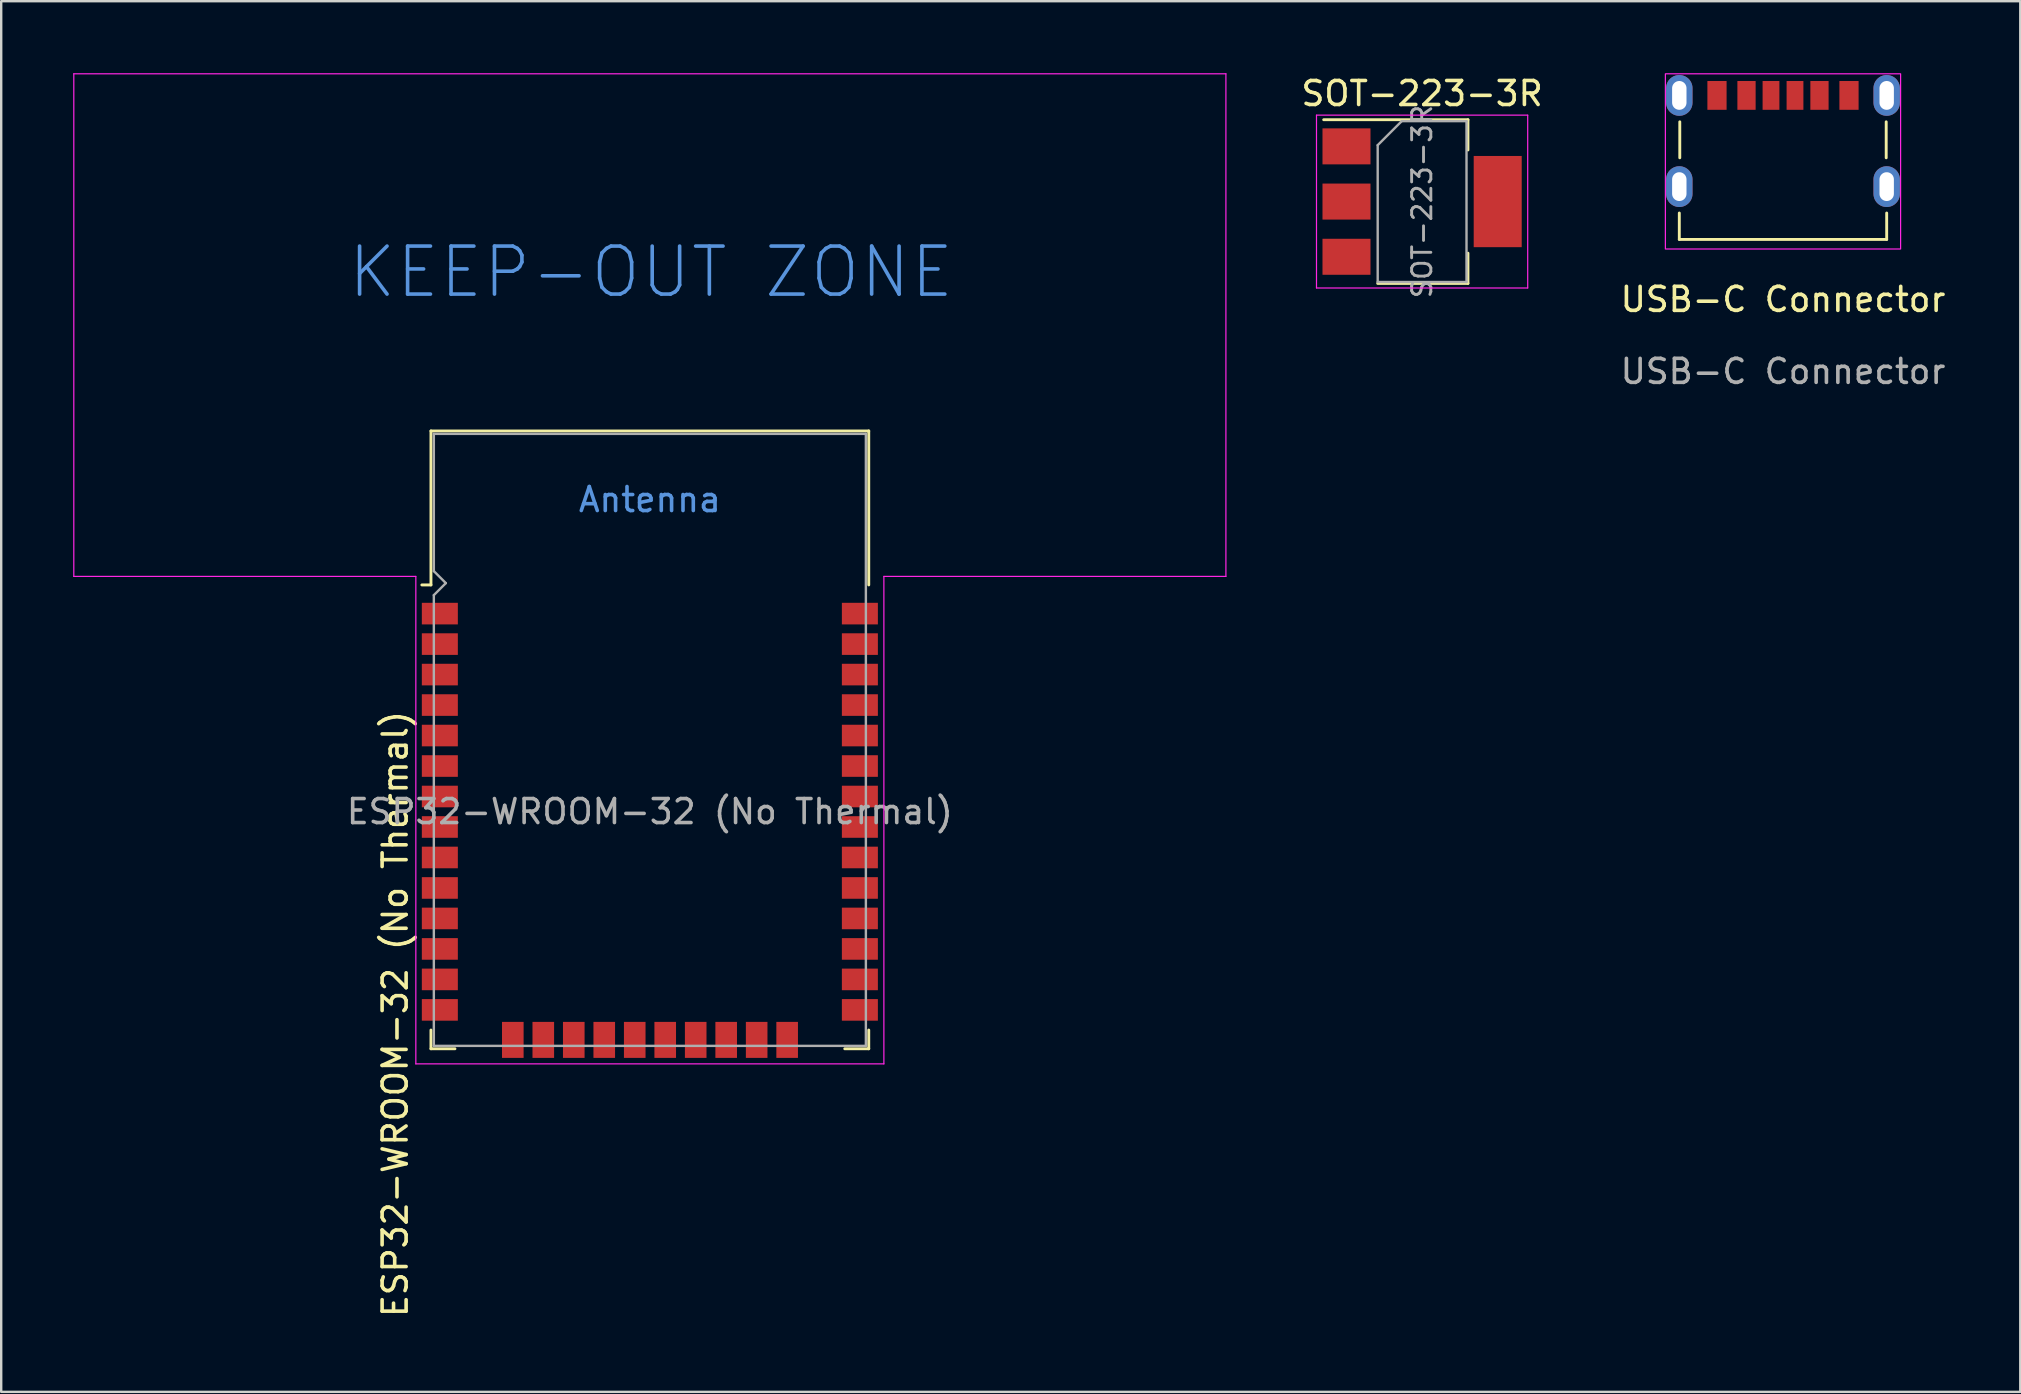
<source format=kicad_pcb>
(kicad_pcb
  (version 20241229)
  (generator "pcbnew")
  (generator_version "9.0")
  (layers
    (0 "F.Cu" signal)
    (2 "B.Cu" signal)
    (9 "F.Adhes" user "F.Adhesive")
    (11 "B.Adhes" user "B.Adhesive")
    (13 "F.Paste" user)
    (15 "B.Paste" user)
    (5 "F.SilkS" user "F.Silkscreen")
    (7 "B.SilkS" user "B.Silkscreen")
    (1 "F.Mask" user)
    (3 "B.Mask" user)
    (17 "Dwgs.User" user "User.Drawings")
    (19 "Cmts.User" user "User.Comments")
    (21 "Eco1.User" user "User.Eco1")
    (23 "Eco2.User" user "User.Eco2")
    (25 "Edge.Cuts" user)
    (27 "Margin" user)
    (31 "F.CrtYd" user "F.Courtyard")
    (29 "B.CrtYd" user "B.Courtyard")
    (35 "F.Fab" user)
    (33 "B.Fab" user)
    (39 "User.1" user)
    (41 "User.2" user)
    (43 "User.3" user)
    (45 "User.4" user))
  (footprint "SOT-223-3R"
    (layer "F.Cu")
    (at 56.199 5.348)
    (property "Reference" "SOT-223-3R" (at 0 -4.5 0) (layer "F.SilkS") (effects (font (size 1 1) (thickness 0.15))))
    (attr smd)
    (fp_line (start -4.1 -3.41) (end 1.91 -3.41) (stroke (width 0.12) (type solid)) (layer "F.SilkS"))
    (fp_line (start -1.85 3.41) (end 1.91 3.41) (stroke (width 0.12) (type solid)) (layer "F.SilkS"))
    (fp_line (start 1.91 -3.41) (end 1.91 -2.15) (stroke (width 0.12) (type solid)) (layer "F.SilkS"))
    (fp_line (start 1.91 3.41) (end 1.91 2.15) (stroke (width 0.12) (type solid)) (layer "F.SilkS"))
    (fp_line (start -4.4 -3.6) (end -4.4 3.6) (stroke (width 0.05) (type solid)) (layer "F.CrtYd"))
    (fp_line (start -4.4 3.6) (end 4.4 3.6) (stroke (width 0.05) (type solid)) (layer "F.CrtYd"))
    (fp_line (start 4.4 -3.6) (end -4.4 -3.6) (stroke (width 0.05) (type solid)) (layer "F.CrtYd"))
    (fp_line (start 4.4 3.6) (end 4.4 -3.6) (stroke (width 0.05) (type solid)) (layer "F.CrtYd"))
    (fp_line (start -1.85 -2.35) (end -1.85 3.35) (stroke (width 0.1) (type solid)) (layer "F.Fab"))
    (fp_line (start -1.85 -2.35) (end -0.85 -3.35) (stroke (width 0.1) (type solid)) (layer "F.Fab"))
    (fp_line (start -1.85 3.35) (end 1.85 3.35) (stroke (width 0.1) (type solid)) (layer "F.Fab"))
    (fp_line (start -0.85 -3.35) (end 1.85 -3.35) (stroke (width 0.1) (type solid)) (layer "F.Fab"))
    (fp_line (start 1.85 -3.35) (end 1.85 3.35) (stroke (width 0.1) (type solid)) (layer "F.Fab"))
    (fp_text user "${REFERENCE}" (at 0 0 90) (layer "F.Fab") (effects (font (size 0.8 0.8) (thickness 0.12))))
    (pad "1" smd rect (at -3.15 -2.3) (size 2 1.5) (layers "F.Cu" "F.Mask" "F.Paste"))
    (pad "2" smd rect (at -3.15 0) (size 2 1.5) (layers "F.Cu" "F.Mask" "F.Paste"))
    (pad "2" smd rect (at 3.15 0) (size 2 3.8) (layers "F.Cu" "F.Mask" "F.Paste"))
    (pad "3" smd rect (at -3.15 2.3) (size 2 1.5) (layers "F.Cu" "F.Mask" "F.Paste")))
  (footprint "ESP32-WROOM-32 (No Thermal)"
    (layer "F.Cu")
    (at 24.025 30.765)
    (property "Reference" "ESP32-WROOM-32 (No Thermal)" (at -10.61 8.43 90) (layer "F.SilkS") (effects (font (size 1 1) (thickness 0.15))))
    (attr smd)
    (fp_line (start -9.12 -15.86) (end -9.12 -9.445) (stroke (width 0.12) (type solid)) (layer "F.SilkS"))
    (fp_line (start -9.12 -15.86) (end 9.12 -15.86) (stroke (width 0.12) (type solid)) (layer "F.SilkS"))
    (fp_line (start -9.12 -9.445) (end -9.5 -9.445) (stroke (width 0.12) (type solid)) (layer "F.SilkS"))
    (fp_line (start -9.12 9.1) (end -9.12 9.88) (stroke (width 0.12) (type solid)) (layer "F.SilkS"))
    (fp_line (start -9.12 9.88) (end -8.12 9.88) (stroke (width 0.12) (type solid)) (layer "F.SilkS"))
    (fp_line (start 9.12 -15.86) (end 9.12 -9.445) (stroke (width 0.12) (type solid)) (layer "F.SilkS"))
    (fp_line (start 9.12 9.1) (end 9.12 9.88) (stroke (width 0.12) (type solid)) (layer "F.SilkS"))
    (fp_line (start 9.12 9.88) (end 8.12 9.88) (stroke (width 0.12) (type solid)) (layer "F.SilkS"))
    (fp_line (start -24 -30.74) (end -24 -9.8) (stroke (width 0.05) (type solid)) (layer "F.CrtYd"))
    (fp_line (start -24 -9.8) (end -9.75 -9.8) (stroke (width 0.05) (type solid)) (layer "F.CrtYd"))
    (fp_line (start -9.75 10.51) (end -9.75 -9.8) (stroke (width 0.05) (type solid)) (layer "F.CrtYd"))
    (fp_line (start -9.75 10.51) (end 9.75 10.51) (stroke (width 0.05) (type solid)) (layer "F.CrtYd"))
    (fp_line (start 9.75 -9.8) (end 9.75 10.51) (stroke (width 0.05) (type solid)) (layer "F.CrtYd"))
    (fp_line (start 9.75 -9.8) (end 24 -9.8) (stroke (width 0.05) (type solid)) (layer "F.CrtYd"))
    (fp_line (start 24 -30.74) (end -24 -30.74) (stroke (width 0.05) (type solid)) (layer "F.CrtYd"))
    (fp_line (start 24 -9.8) (end 24 -30.74) (stroke (width 0.05) (type solid)) (layer "F.CrtYd"))
    (fp_line (start -9 -15.74) (end -9 -10.02) (stroke (width 0.1) (type solid)) (layer "F.Fab"))
    (fp_line (start -9 -15.74) (end 9 -15.74) (stroke (width 0.1) (type solid)) (layer "F.Fab"))
    (fp_line (start -9 -9.02) (end -9 9.76) (stroke (width 0.1) (type solid)) (layer "F.Fab"))
    (fp_line (start -9 -9.02) (end -8.5 -9.52) (stroke (width 0.1) (type solid)) (layer "F.Fab"))
    (fp_line (start -9 9.76) (end 9 9.76) (stroke (width 0.1) (type solid)) (layer "F.Fab"))
    (fp_line (start -8.5 -9.52) (end -9 -10.02) (stroke (width 0.1) (type solid)) (layer "F.Fab"))
    (fp_line (start 9 9.76) (end 9 -15.74) (stroke (width 0.1) (type solid)) (layer "F.Fab"))
    (fp_text user "KEEP-OUT ZONE" (at 0.05 -22.48 0) (layer "Cmts.User") (effects (font (size 2 2) (thickness 0.15))))
    (fp_text user "Antenna" (at 0 -13 0) (layer "Cmts.User") (effects (font (size 1 1) (thickness 0.15))))
    (fp_text user "${REFERENCE}" (at 0 0 0) (layer "F.Fab") (effects (font (size 1 1) (thickness 0.15))))
    (pad "1" smd rect (at -8.75 -8.25) (size 1.5 0.9) (layers "F.Cu" "F.Mask" "F.Paste"))
    (pad "2" smd rect (at -8.75 -6.98) (size 1.5 0.9) (layers "F.Cu" "F.Mask" "F.Paste"))
    (pad "3" smd rect (at -8.75 -5.71) (size 1.5 0.9) (layers "F.Cu" "F.Mask" "F.Paste"))
    (pad "4" smd rect (at -8.75 -4.44) (size 1.5 0.9) (layers "F.Cu" "F.Mask" "F.Paste"))
    (pad "5" smd rect (at -8.75 -3.17) (size 1.5 0.9) (layers "F.Cu" "F.Mask" "F.Paste"))
    (pad "6" smd rect (at -8.75 -1.9) (size 1.5 0.9) (layers "F.Cu" "F.Mask" "F.Paste"))
    (pad "7" smd rect (at -8.75 -0.63) (size 1.5 0.9) (layers "F.Cu" "F.Mask" "F.Paste"))
    (pad "8" smd rect (at -8.75 0.64) (size 1.5 0.9) (layers "F.Cu" "F.Mask" "F.Paste"))
    (pad "9" smd rect (at -8.75 1.91) (size 1.5 0.9) (layers "F.Cu" "F.Mask" "F.Paste"))
    (pad "10" smd rect (at -8.75 3.18) (size 1.5 0.9) (layers "F.Cu" "F.Mask" "F.Paste"))
    (pad "11" smd rect (at -8.75 4.45) (size 1.5 0.9) (layers "F.Cu" "F.Mask" "F.Paste"))
    (pad "12" smd rect (at -8.75 5.72) (size 1.5 0.9) (layers "F.Cu" "F.Mask" "F.Paste"))
    (pad "13" smd rect (at -8.75 6.99) (size 1.5 0.9) (layers "F.Cu" "F.Mask" "F.Paste"))
    (pad "14" smd rect (at -8.75 8.26) (size 1.5 0.9) (layers "F.Cu" "F.Mask" "F.Paste"))
    (pad "15" smd rect (at -5.71 9.51 90) (size 1.5 0.9) (layers "F.Cu" "F.Mask" "F.Paste"))
    (pad "16" smd rect (at -4.44 9.51 90) (size 1.5 0.9) (layers "F.Cu" "F.Mask" "F.Paste"))
    (pad "17" smd rect (at -3.17 9.51 90) (size 1.5 0.9) (layers "F.Cu" "F.Mask" "F.Paste"))
    (pad "18" smd rect (at -1.9 9.51 90) (size 1.5 0.9) (layers "F.Cu" "F.Mask" "F.Paste"))
    (pad "19" smd rect (at -0.63 9.51 90) (size 1.5 0.9) (layers "F.Cu" "F.Mask" "F.Paste"))
    (pad "20" smd rect (at 0.64 9.51 90) (size 1.5 0.9) (layers "F.Cu" "F.Mask" "F.Paste"))
    (pad "21" smd rect (at 1.91 9.51 90) (size 1.5 0.9) (layers "F.Cu" "F.Mask" "F.Paste"))
    (pad "22" smd rect (at 3.18 9.51 90) (size 1.5 0.9) (layers "F.Cu" "F.Mask" "F.Paste"))
    (pad "23" smd rect (at 4.45 9.51 90) (size 1.5 0.9) (layers "F.Cu" "F.Mask" "F.Paste"))
    (pad "24" smd rect (at 5.72 9.51 90) (size 1.5 0.9) (layers "F.Cu" "F.Mask" "F.Paste"))
    (pad "25" smd rect (at 8.75 8.26) (size 1.5 0.9) (layers "F.Cu" "F.Mask" "F.Paste"))
    (pad "26" smd rect (at 8.75 6.99) (size 1.5 0.9) (layers "F.Cu" "F.Mask" "F.Paste"))
    (pad "27" smd rect (at 8.75 5.72) (size 1.5 0.9) (layers "F.Cu" "F.Mask" "F.Paste"))
    (pad "28" smd rect (at 8.75 4.45) (size 1.5 0.9) (layers "F.Cu" "F.Mask" "F.Paste"))
    (pad "29" smd rect (at 8.75 3.18) (size 1.5 0.9) (layers "F.Cu" "F.Mask" "F.Paste"))
    (pad "30" smd rect (at 8.75 1.91) (size 1.5 0.9) (layers "F.Cu" "F.Mask" "F.Paste"))
    (pad "31" smd rect (at 8.75 0.64) (size 1.5 0.9) (layers "F.Cu" "F.Mask" "F.Paste"))
    (pad "32" smd rect (at 8.75 -0.63) (size 1.5 0.9) (layers "F.Cu" "F.Mask" "F.Paste"))
    (pad "33" smd rect (at 8.75 -1.9) (size 1.5 0.9) (layers "F.Cu" "F.Mask" "F.Paste"))
    (pad "34" smd rect (at 8.75 -3.17) (size 1.5 0.9) (layers "F.Cu" "F.Mask" "F.Paste"))
    (pad "35" smd rect (at 8.75 -4.44) (size 1.5 0.9) (layers "F.Cu" "F.Mask" "F.Paste"))
    (pad "36" smd rect (at 8.75 -5.71) (size 1.5 0.9) (layers "F.Cu" "F.Mask" "F.Paste"))
    (pad "37" smd rect (at 8.75 -6.98) (size 1.5 0.9) (layers "F.Cu" "F.Mask" "F.Paste"))
    (pad "38" smd rect (at 8.75 -8.25) (size 1.5 0.9) (layers "F.Cu" "F.Mask" "F.Paste"))
    (zone (net_name "") (layers "F.Cu" "B.Cu") (hatch full 0.508) (connect_pads) (min_thickness 0.254) (filled_areas_thickness no) (keepout (tracks not_allowed) (vias not_allowed) (pads not_allowed) (copperpour not_allowed) (footprints not_allowed)) (placement (enabled no)) (fill) (polygon (pts (xy 0.025 20.965) (xy 48.025 20.965) (xy 48.025 0.025) (xy 0.025 0.025)))))
  (footprint "USB-C Connector"
    (layer "F.Cu")
    (at 71.235 0.925)
    (property "Reference" "USB-C Connector" (at 0 8.5 0) (unlocked yes) (layer "F.SilkS") (effects (font (size 1 1) (thickness 0.15))))
    (attr through_hole)
    (fp_line (start -4.32 6) (end -4.32 4.9) (stroke (width 0.12) (type default)) (layer "F.SilkS"))
    (fp_line (start -4.32 6) (end 4.32 6) (stroke (width 0.12) (type default)) (layer "F.SilkS"))
    (fp_line (start -4.3 2.6) (end -4.3 1.1) (stroke (width 0.12) (type default)) (layer "F.SilkS"))
    (fp_line (start 4.3 2.6) (end 4.3 1.1) (stroke (width 0.12) (type default)) (layer "F.SilkS"))
    (fp_line (start 4.32 6) (end 4.32 4.9) (stroke (width 0.12) (type default)) (layer "F.SilkS"))
    (fp_rect (start 4.9 6.4) (end -4.9 -0.9) (stroke (width 0.05) (type default)) (fill no) (layer "F.CrtYd"))
    (fp_text user "${REFERENCE}" (at 0 11.5 0) (unlocked yes) (layer "F.Fab") (effects (font (size 1 1) (thickness 0.15))))
    (pad "A5" smd rect (at -0.5 0) (size 0.7 1.2) (layers "F.Cu" "F.Mask" "F.Paste"))
    (pad "A9" smd rect (at 1.52 0) (size 0.76 1.2) (layers "F.Cu" "F.Mask" "F.Paste"))
    (pad "A12" smd rect (at 2.75 0) (size 0.8 1.2) (layers "F.Cu" "F.Mask" "F.Paste"))
    (pad "B5" smd rect (at 0.5 0) (size 0.7 1.2) (layers "F.Cu" "F.Mask" "F.Paste"))
    (pad "B9" smd rect (at -1.52 0) (size 0.76 1.2) (layers "F.Cu" "F.Mask" "F.Paste"))
    (pad "B12" smd rect (at -2.75 0) (size 0.8 1.2) (layers "F.Cu" "F.Mask" "F.Paste"))
    (pad "SH" thru_hole oval (at -4.32 0) (size 1.1 1.7) (drill oval 0.6 1.2) (layers "*.Cu" "*.Mask"))
    (pad "SH" thru_hole oval (at -4.32 3.8) (size 1.1 1.7) (drill oval 0.6 1.2) (layers "*.Cu" "*.Mask"))
    (pad "SH" thru_hole oval (at 4.32 0) (size 1.1 1.7) (drill oval 0.6 1.2) (layers "*.Cu" "*.Mask"))
    (pad "SH" thru_hole oval (at 4.32 3.8) (size 1.1 1.7) (drill oval 0.6 1.2) (layers "*.Cu" "*.Mask")))
  (gr_rect
    (start -3 -3)
    (end 81.121 54.939)
    (stroke (width 0.1) (type default))
    (fill no)
    (layer "Edge.Cuts")))
</source>
